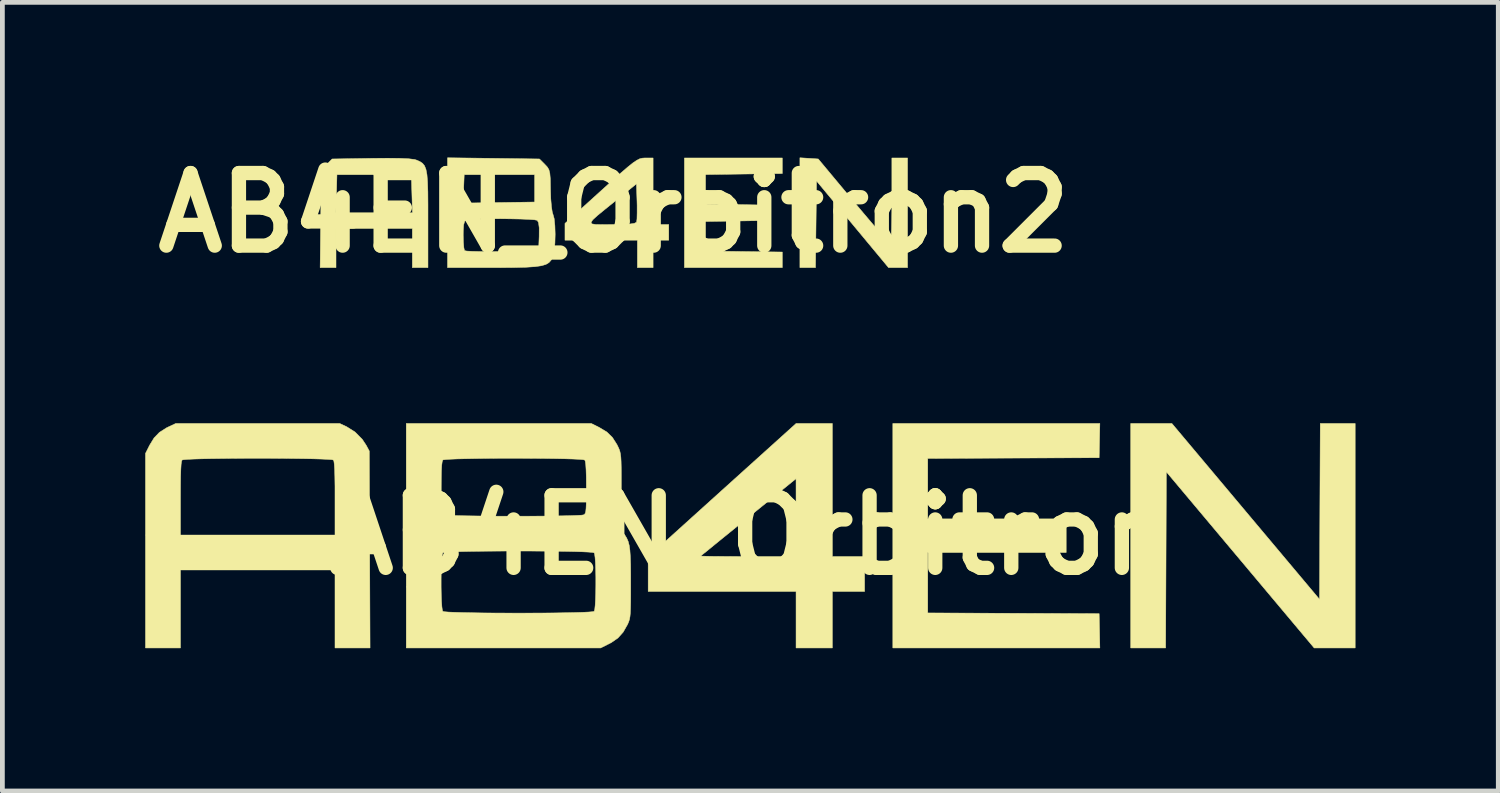
<source format=kicad_pcb>
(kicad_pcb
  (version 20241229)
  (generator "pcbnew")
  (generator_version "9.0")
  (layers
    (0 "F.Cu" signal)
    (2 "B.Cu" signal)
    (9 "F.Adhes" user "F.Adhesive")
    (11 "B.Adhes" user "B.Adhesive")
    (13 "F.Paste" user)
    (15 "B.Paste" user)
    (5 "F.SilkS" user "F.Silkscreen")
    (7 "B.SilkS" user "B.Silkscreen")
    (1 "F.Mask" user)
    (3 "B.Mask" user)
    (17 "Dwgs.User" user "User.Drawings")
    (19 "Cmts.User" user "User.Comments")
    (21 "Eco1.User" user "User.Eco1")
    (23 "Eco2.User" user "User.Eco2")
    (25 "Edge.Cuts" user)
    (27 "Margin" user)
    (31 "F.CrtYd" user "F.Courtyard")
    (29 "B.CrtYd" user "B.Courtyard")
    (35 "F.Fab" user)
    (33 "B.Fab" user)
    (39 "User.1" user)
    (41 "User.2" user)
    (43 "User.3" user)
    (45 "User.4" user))
  (footprint "AB4EN_Orbitron2"
    (layer "F.Cu")
    (at 9.841 1.418)
    (property "Reference" "AB4EN_Orbitron2" (at 0 0 0) (layer "F.SilkS") (effects (font (size 1.524 1.524) (thickness 0.3))))
    (attr through_hole)
    (fp_poly (pts (xy 3.535 -0.824) (xy 2.661 -0.813) (xy 1.788 -0.801) (xy 1.788 -0.185) (xy 2.497 -0.174) (xy 3.206 -0.162) (xy 3.206 0.162) (xy 2.497 0.174) (xy 1.788 0.185) (xy 1.788 0.801) (xy 2.661 0.813) (xy 3.535 0.824) (xy 3.535 1.151) (xy 1.48 1.151) (xy 1.48 -1.151) (xy 3.535 -1.151) (xy 3.535 -0.824)) (stroke (width 0.01) (type solid)) (fill yes) (layer "F.SilkS"))
    (fp_poly (pts (xy 4.097 -1.143) (xy 4.29 -1.13) (xy 5.032 -0.239) (xy 5.225 -0.009) (xy 5.402 0.2) (xy 5.555 0.378) (xy 5.677 0.519) (xy 5.763 0.613) (xy 5.803 0.654) (xy 5.805 0.655) (xy 5.814 0.616) (xy 5.822 0.508) (xy 5.829 0.34) (xy 5.833 0.125) (xy 5.836 -0.125) (xy 5.836 -0.247) (xy 5.836 -1.151) (xy 6.165 -1.151) (xy 6.165 1.151) (xy 5.766 1.151) (xy 5.01 0.241) (xy 4.254 -0.668) (xy 4.243 0.241) (xy 4.232 1.151) (xy 3.905 1.151) (xy 3.905 -1.155) (xy 4.097 -1.143)) (stroke (width 0.01) (type solid)) (fill yes) (layer "F.SilkS"))
    (fp_poly (pts (xy -4.494 -1.143) (xy -4.306 -1.134) (xy -4.185 -1.119) (xy -4.143 -1.106) (xy -4.073 -1.075) (xy -4.018 -1.038) (xy -3.977 -0.987) (xy -3.947 -0.911) (xy -3.926 -0.801) (xy -3.914 -0.647) (xy -3.907 -0.439) (xy -3.905 -0.167) (xy -3.905 0.132) (xy -3.905 1.151) (xy -4.233 1.151) (xy -4.233 0.329) (xy -5.836 0.329) (xy -5.836 1.151) (xy -6.169 1.151) (xy -6.157 0.124) (xy -6.155 0) (xy -5.839 0) (xy -4.23 0) (xy -4.242 -0.401) (xy -4.254 -0.801) (xy -5.816 -0.801) (xy -5.827 -0.401) (xy -5.839 0) (xy -6.155 0) (xy -6.144 -0.902) (xy -6.031 -1.016) (xy -5.917 -1.13) (xy -5.089 -1.143) (xy -4.753 -1.146) (xy -4.494 -1.143)) (stroke (width 0.01) (type solid)) (fill yes) (layer "F.SilkS"))
    (fp_poly (pts (xy 0.822 0.247) (xy 1.151 0.247) (xy 1.151 0.575) (xy 0.822 0.575) (xy 0.822 1.151) (xy 0.493 1.151) (xy 0.493 0.575) (xy -1.028 0.575) (xy -1.028 0.223) (xy -1.005 0.203) (xy -0.481 0.203) (xy -0.461 0.233) (xy -0.383 0.246) (xy -0.25 0.248) (xy -0.063 0.247) (xy -0.049 0.247) (xy 0.178 0.244) (xy 0.333 0.236) (xy 0.427 0.222) (xy 0.471 0.2) (xy 0.476 0.192) (xy 0.484 0.129) (xy 0.487 0.005) (xy 0.487 -0.157) (xy 0.485 -0.235) (xy 0.473 -0.608) (xy 0.022 -0.242) (xy -0.194 -0.068) (xy -0.349 0.059) (xy -0.445 0.147) (xy -0.481 0.203) (xy -1.005 0.203) (xy -0.269 -0.464) (xy -0.033 -0.677) (xy 0.151 -0.841) (xy 0.292 -0.962) (xy 0.398 -1.047) (xy 0.478 -1.101) (xy 0.54 -1.133) (xy 0.594 -1.147) (xy 0.648 -1.151) (xy 0.656 -1.151) (xy 0.822 -1.151) (xy 0.822 0.247)) (stroke (width 0.01) (type solid)) (fill yes) (layer "F.SilkS"))
    (fp_poly (pts (xy -2.529 -1.143) (xy -1.564 -1.13) (xy -1.45 -1.016) (xy -1.398 -0.96) (xy -1.365 -0.904) (xy -1.346 -0.827) (xy -1.336 -0.712) (xy -1.333 -0.54) (xy -1.332 -0.481) (xy -1.326 -0.292) (xy -1.312 -0.128) (xy -1.294 -0.01) (xy -1.281 0.029) (xy -1.255 0.122) (xy -1.24 0.27) (xy -1.234 0.449) (xy -1.239 0.633) (xy -1.252 0.795) (xy -1.276 0.91) (xy -1.282 0.926) (xy -1.318 0.993) (xy -1.364 1.045) (xy -1.429 1.084) (xy -1.525 1.112) (xy -1.659 1.131) (xy -1.843 1.143) (xy -2.087 1.149) (xy -2.399 1.151) (xy -2.526 1.151) (xy -3.494 1.151) (xy -3.494 0.47) (xy -3.165 0.47) (xy -3.161 0.62) (xy -3.151 0.735) (xy -3.138 0.794) (xy -3.136 0.795) (xy -3.088 0.804) (xy -2.971 0.81) (xy -2.799 0.814) (xy -2.585 0.815) (xy -2.345 0.813) (xy -1.582 0.801) (xy -1.57 0.497) (xy -1.569 0.316) (xy -1.583 0.206) (xy -1.611 0.158) (xy -1.669 0.147) (xy -1.791 0.138) (xy -1.963 0.131) (xy -2.165 0.127) (xy -2.383 0.124) (xy -2.599 0.125) (xy -2.796 0.127) (xy -2.957 0.133) (xy -3.066 0.142) (xy -3.1 0.148) (xy -3.135 0.18) (xy -3.156 0.254) (xy -3.164 0.386) (xy -3.165 0.47) (xy -3.494 0.47) (xy -3.494 -0.204) (xy -3.168 -0.204) (xy -2.416 -0.215) (xy -1.665 -0.226) (xy -1.665 -0.801) (xy -3.144 -0.801) (xy -3.156 -0.503) (xy -3.168 -0.204) (xy -3.494 -0.204) (xy -3.494 -1.155) (xy -2.529 -1.143)) (stroke (width 0.01) (type solid)) (fill yes) (layer "F.SilkS")))
  (footprint "AB4EN_Orbitron"
    (layer "F.Cu")
    (at 12.705 8.184)
    (property "Reference" "AB4EN_Orbitron" (at 0 0 0) (layer "F.SilkS") (effects (font (size 1.524 1.524) (thickness 0.3))))
    (attr through_hole)
    (fp_poly (pts (xy 7.324 -1.623) (xy 5.524 -1.616) (xy 3.725 -1.608) (xy 3.725 -0.339) (xy 6.632 -0.339) (xy 6.632 0.367) (xy 3.725 0.367) (xy 3.725 1.636) (xy 5.524 1.644) (xy 7.324 1.651) (xy 7.332 2.011) (xy 7.339 2.371) (xy 2.992 2.371) (xy 2.992 -2.342) (xy 7.339 -2.342) (xy 7.324 -1.623)) (stroke (width 0.01) (type solid)) (fill yes) (layer "F.SilkS"))
    (fp_poly (pts (xy 10.401 -0.496) (xy 11.952 1.351) (xy 11.959 -0.496) (xy 11.967 -2.342) (xy 12.7 -2.342) (xy 12.7 2.371) (xy 12.27 2.371) (xy 11.839 2.371) (xy 10.287 0.522) (xy 8.735 -1.327) (xy 8.728 0.522) (xy 8.72 2.371) (xy 7.987 2.371) (xy 7.987 -2.342) (xy 8.851 -2.342) (xy 10.401 -0.496)) (stroke (width 0.01) (type solid)) (fill yes) (layer "F.SilkS"))
    (fp_poly (pts (xy 1.722 0.452) (xy 2.399 0.452) (xy 2.399 1.185) (xy 1.722 1.185) (xy 1.722 2.371) (xy 0.96 2.371) (xy 0.96 1.185) (xy -2.145 1.185) (xy -2.145 0.459) (xy -2.124 0.441) (xy -1.042 0.441) (xy -1.017 0.443) (xy -0.943 0.445) (xy -0.824 0.448) (xy -0.668 0.449) (xy -0.48 0.45) (xy -0.267 0.451) (xy -0.047 0.452) (xy 0.96 0.452) (xy 0.96 -1.183) (xy -0.035 -0.377) (xy -0.24 -0.211) (xy -0.431 -0.056) (xy -0.604 0.084) (xy -0.754 0.206) (xy -0.877 0.307) (xy -0.969 0.381) (xy -1.026 0.427) (xy -1.042 0.441) (xy -2.124 0.441) (xy -0.592 -0.942) (xy 0.961 -2.342) (xy 1.722 -2.342) (xy 1.722 0.452)) (stroke (width 0.01) (type solid)) (fill yes) (layer "F.SilkS"))
    (fp_poly (pts (xy -8.478 -2.275) (xy -8.299 -2.162) (xy -8.148 -2.009) (xy -8.065 -1.883) (xy -8.001 -1.764) (xy -7.985 2.371) (xy -8.721 2.371) (xy -8.721 0.734) (xy -11.966 0.734) (xy -11.966 2.371) (xy -12.7 2.371) (xy -12.7 -0.77) (xy -11.966 -0.77) (xy -11.966 0) (xy -8.721 0) (xy -8.721 -0.77) (xy -8.721 -1.022) (xy -8.724 -1.221) (xy -8.728 -1.371) (xy -8.735 -1.478) (xy -8.743 -1.544) (xy -8.754 -1.574) (xy -8.755 -1.575) (xy -8.79 -1.583) (xy -8.875 -1.589) (xy -9.005 -1.595) (xy -9.172 -1.6) (xy -9.37 -1.604) (xy -9.593 -1.607) (xy -9.835 -1.61) (xy -10.089 -1.611) (xy -10.35 -1.611) (xy -10.61 -1.611) (xy -10.864 -1.61) (xy -11.105 -1.607) (xy -11.327 -1.604) (xy -11.524 -1.6) (xy -11.689 -1.595) (xy -11.817 -1.589) (xy -11.9 -1.582) (xy -11.932 -1.575) (xy -11.943 -1.546) (xy -11.952 -1.481) (xy -11.958 -1.377) (xy -11.963 -1.228) (xy -11.965 -1.032) (xy -11.966 -0.783) (xy -11.966 -0.77) (xy -12.7 -0.77) (xy -12.7 -1.713) (xy -12.614 -1.885) (xy -12.52 -2.039) (xy -12.407 -2.156) (xy -12.258 -2.251) (xy -12.206 -2.276) (xy -12.065 -2.342) (xy -8.622 -2.342) (xy -8.478 -2.275)) (stroke (width 0.01) (type solid)) (fill yes) (layer "F.SilkS"))
    (fp_poly (pts (xy -3.167 -2.256) (xy -3.013 -2.163) (xy -2.896 -2.049) (xy -2.801 -1.9) (xy -2.776 -1.849) (xy -2.755 -1.802) (xy -2.739 -1.756) (xy -2.728 -1.704) (xy -2.719 -1.637) (xy -2.714 -1.547) (xy -2.711 -1.425) (xy -2.71 -1.265) (xy -2.71 -1.057) (xy -2.71 -1.027) (xy -2.711 -0.797) (xy -2.715 -0.6) (xy -2.721 -0.441) (xy -2.729 -0.327) (xy -2.739 -0.263) (xy -2.74 -0.259) (xy -2.755 -0.201) (xy -2.745 -0.152) (xy -2.705 -0.091) (xy -2.685 -0.065) (xy -2.635 0.000391) (xy -2.596 0.064) (xy -2.566 0.133) (xy -2.544 0.215) (xy -2.529 0.319) (xy -2.52 0.45) (xy -2.514 0.618) (xy -2.512 0.829) (xy -2.512 1.012) (xy -2.512 1.234) (xy -2.513 1.407) (xy -2.516 1.539) (xy -2.52 1.638) (xy -2.527 1.711) (xy -2.537 1.767) (xy -2.551 1.813) (xy -2.569 1.857) (xy -2.578 1.877) (xy -2.67 2.039) (xy -2.779 2.161) (xy -2.92 2.259) (xy -2.969 2.284) (xy -3.142 2.371) (xy -7.225 2.371) (xy -7.225 0.926) (xy -6.493 0.926) (xy -6.493 1.09) (xy -6.49 1.248) (xy -6.485 1.389) (xy -6.477 1.502) (xy -6.467 1.578) (xy -6.457 1.603) (xy -6.422 1.611) (xy -6.336 1.618) (xy -6.207 1.623) (xy -6.04 1.628) (xy -5.842 1.632) (xy -5.619 1.636) (xy -5.377 1.638) (xy -5.122 1.639) (xy -4.862 1.64) (xy -4.602 1.639) (xy -4.348 1.638) (xy -4.107 1.636) (xy -3.884 1.632) (xy -3.688 1.628) (xy -3.522 1.623) (xy -3.395 1.617) (xy -3.312 1.61) (xy -3.279 1.603) (xy -3.267 1.563) (xy -3.258 1.477) (xy -3.251 1.356) (xy -3.246 1.21) (xy -3.244 1.05) (xy -3.244 0.885) (xy -3.247 0.727) (xy -3.252 0.587) (xy -3.26 0.473) (xy -3.27 0.398) (xy -3.279 0.373) (xy -3.315 0.365) (xy -3.4 0.358) (xy -3.53 0.352) (xy -3.697 0.347) (xy -3.895 0.343) (xy -4.118 0.34) (xy -4.36 0.338) (xy -4.614 0.336) (xy -4.875 0.336) (xy -5.135 0.336) (xy -5.389 0.338) (xy -5.63 0.34) (xy -5.852 0.343) (xy -6.049 0.347) (xy -6.214 0.352) (xy -6.342 0.358) (xy -6.425 0.365) (xy -6.457 0.373) (xy -6.469 0.412) (xy -6.479 0.498) (xy -6.486 0.619) (xy -6.491 0.765) (xy -6.493 0.926) (xy -7.225 0.926) (xy -7.225 -0.998) (xy -6.491 -0.998) (xy -6.491 -0.808) (xy -6.489 -0.667) (xy -6.485 -0.567) (xy -6.479 -0.5) (xy -6.469 -0.459) (xy -6.455 -0.436) (xy -6.442 -0.426) (xy -6.403 -0.419) (xy -6.314 -0.413) (xy -6.181 -0.408) (xy -6.013 -0.404) (xy -5.814 -0.401) (xy -5.592 -0.398) (xy -5.353 -0.396) (xy -5.104 -0.395) (xy -4.851 -0.395) (xy -4.602 -0.396) (xy -4.362 -0.397) (xy -4.139 -0.4) (xy -3.938 -0.403) (xy -3.767 -0.407) (xy -3.633 -0.412) (xy -3.541 -0.417) (xy -3.498 -0.424) (xy -3.498 -0.424) (xy -3.479 -0.438) (xy -3.465 -0.46) (xy -3.455 -0.499) (xy -3.449 -0.563) (xy -3.445 -0.659) (xy -3.444 -0.796) (xy -3.443 -0.98) (xy -3.443 -0.997) (xy -3.444 -1.21) (xy -3.449 -1.371) (xy -3.456 -1.483) (xy -3.466 -1.55) (xy -3.477 -1.575) (xy -3.513 -1.583) (xy -3.598 -1.59) (xy -3.727 -1.596) (xy -3.893 -1.601) (xy -4.089 -1.605) (xy -4.309 -1.608) (xy -4.547 -1.61) (xy -4.796 -1.611) (xy -5.048 -1.611) (xy -5.299 -1.611) (xy -5.542 -1.609) (xy -5.769 -1.606) (xy -5.974 -1.602) (xy -6.152 -1.598) (xy -6.295 -1.592) (xy -6.397 -1.585) (xy -6.451 -1.578) (xy -6.457 -1.575) (xy -6.47 -1.54) (xy -6.48 -1.465) (xy -6.487 -1.343) (xy -6.49 -1.173) (xy -6.491 -0.998) (xy -7.225 -0.998) (xy -7.225 -2.342) (xy -3.339 -2.342) (xy -3.167 -2.256)) (stroke (width 0.01) (type solid)) (fill yes) (layer "F.SilkS")))
  (gr_rect
    (start -3 -3)
    (end 28.41 13.559)
    (stroke (width 0.1) (type default))
    (fill no)
    (layer "Edge.Cuts")))
</source>
